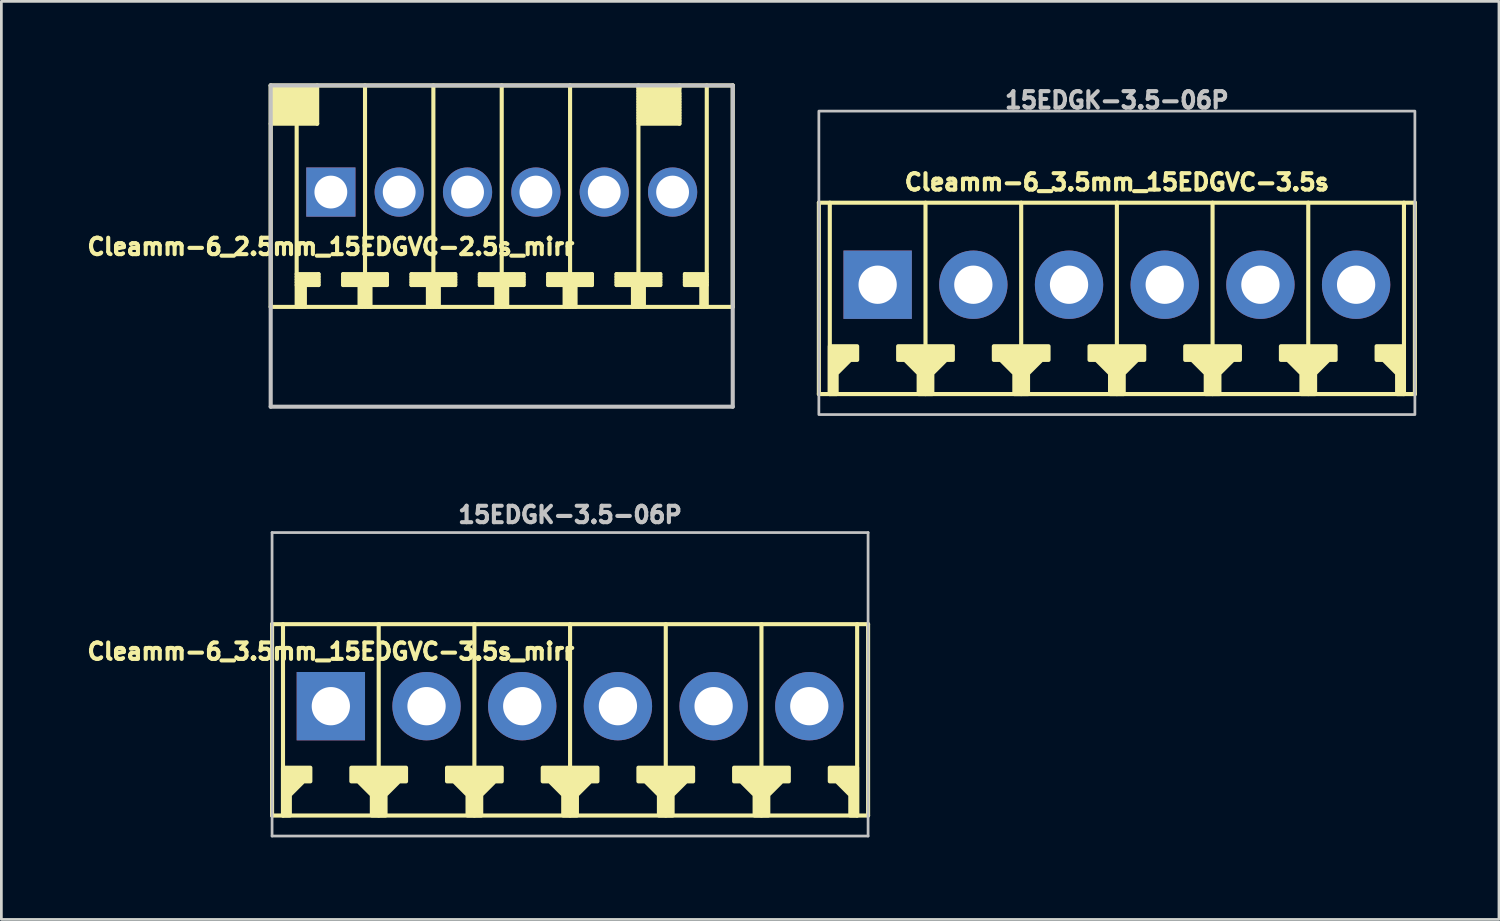
<source format=kicad_pcb>
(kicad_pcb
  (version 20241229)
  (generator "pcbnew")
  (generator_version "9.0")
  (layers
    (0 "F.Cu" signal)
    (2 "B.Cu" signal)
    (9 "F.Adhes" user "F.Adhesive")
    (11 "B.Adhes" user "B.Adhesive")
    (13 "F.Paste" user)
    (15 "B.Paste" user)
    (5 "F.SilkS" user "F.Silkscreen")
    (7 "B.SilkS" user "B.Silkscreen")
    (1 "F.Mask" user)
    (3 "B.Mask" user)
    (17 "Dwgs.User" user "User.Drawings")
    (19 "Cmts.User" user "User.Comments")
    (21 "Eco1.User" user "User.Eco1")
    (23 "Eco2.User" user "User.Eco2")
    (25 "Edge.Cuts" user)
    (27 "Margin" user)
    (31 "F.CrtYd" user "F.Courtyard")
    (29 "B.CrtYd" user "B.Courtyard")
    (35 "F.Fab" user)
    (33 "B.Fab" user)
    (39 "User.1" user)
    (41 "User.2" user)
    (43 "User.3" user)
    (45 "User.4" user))
  (footprint "Cleamm-6_3.5mm_15EDGVC-3.5s_mirr"
    (layer "F.Cu")
    (at 17.801 22.779)
    (property "Reference" "Cleamm-6_3.5mm_15EDGVC-3.5s_mirr" (at -8.75 -2 0) (layer "F.SilkS") (effects (font (size 0.6 0.6) (thickness 0.15))))
    (attr through_hole)
    (fp_line (start -10.9 -3) (end 10.9 -3) (stroke (width 0.15) (type default)) (layer "F.SilkS"))
    (fp_line (start -10.9 4) (end -10.9 -3) (stroke (width 0.15) (type default)) (layer "F.SilkS"))
    (fp_line (start -10.5 -3) (end -10.5 4) (stroke (width 0.15) (type solid)) (layer "F.SilkS"))
    (fp_line (start -7 4) (end -7 -3) (stroke (width 0.15) (type solid)) (layer "F.SilkS"))
    (fp_line (start -3.5 -3) (end -3.5 4) (stroke (width 0.15) (type solid)) (layer "F.SilkS"))
    (fp_line (start 0 -3) (end 0 4) (stroke (width 0.15) (type solid)) (layer "F.SilkS"))
    (fp_line (start 3.5 4) (end 3.5 -3) (stroke (width 0.15) (type solid)) (layer "F.SilkS"))
    (fp_line (start 7 4) (end 7 -3) (stroke (width 0.15) (type solid)) (layer "F.SilkS"))
    (fp_line (start 10.5 4) (end 10.5 -3) (stroke (width 0.15) (type solid)) (layer "F.SilkS"))
    (fp_line (start 10.9 -3) (end 10.9 4) (stroke (width 0.15) (type default)) (layer "F.SilkS"))
    (fp_line (start 10.9 4) (end -10.9 4) (stroke (width 0.15) (type default)) (layer "F.SilkS"))
    (fp_poly (pts (xy -10.5 2.25) (xy -9.5 2.25) (xy -9.5 2.75) (xy -9.75 2.75) (xy -10.25 3.25) (xy -10.25 4) (xy -10.5 4)) (stroke (width 0.15) (type solid)) (fill yes) (layer "F.SilkS"))
    (fp_poly (pts (xy 10.5 2.25) (xy 9.5 2.25) (xy 9.5 2.75) (xy 9.75 2.75) (xy 10.25 3.25) (xy 10.25 4) (xy 10.5 4)) (stroke (width 0.15) (type solid)) (fill yes) (layer "F.SilkS"))
    (fp_poly (pts (xy -6.75 4) (xy -6.75 3.25) (xy -6.25 2.75) (xy -6 2.75) (xy -6 2.25) (xy -8 2.25) (xy -8 2.75) (xy -7.75 2.75) (xy -7.25 3.25) (xy -7.25 4)) (stroke (width 0.15) (type solid)) (fill yes) (layer "F.SilkS"))
    (fp_poly (pts (xy -3.25 4) (xy -3.25 3.25) (xy -2.75 2.75) (xy -2.5 2.75) (xy -2.5 2.25) (xy -4.5 2.25) (xy -4.5 2.75) (xy -4.25 2.75) (xy -3.75 3.25) (xy -3.75 4)) (stroke (width 0.15) (type solid)) (fill yes) (layer "F.SilkS"))
    (fp_poly (pts (xy 0.25 4) (xy 0.25 3.25) (xy 0.75 2.75) (xy 1 2.75) (xy 1 2.25) (xy -1 2.25) (xy -1 2.75) (xy -0.75 2.75) (xy -0.25 3.25) (xy -0.25 4)) (stroke (width 0.15) (type solid)) (fill yes) (layer "F.SilkS"))
    (fp_poly (pts (xy 3.75 4) (xy 3.75 3.25) (xy 4.25 2.75) (xy 4.5 2.75) (xy 4.5 2.25) (xy 2.5 2.25) (xy 2.5 2.75) (xy 2.75 2.75) (xy 3.25 3.25) (xy 3.25 4)) (stroke (width 0.15) (type solid)) (fill yes) (layer "F.SilkS"))
    (fp_poly (pts (xy 7.25 4) (xy 7.25 3.25) (xy 7.75 2.75) (xy 8 2.75) (xy 8 2.25) (xy 6 2.25) (xy 6 2.75) (xy 6.25 2.75) (xy 6.75 3.25) (xy 6.75 4)) (stroke (width 0.15) (type solid)) (fill yes) (layer "F.SilkS"))
    (fp_line (start -10.9 -6.35) (end -10.9 4.75) (stroke (width 0.1) (type default)) (layer "Dwgs.User"))
    (fp_line (start -10.9 4.75) (end 10.9 4.75) (stroke (width 0.1) (type default)) (layer "Dwgs.User"))
    (fp_line (start 10.9 -6.35) (end -10.9 -6.35) (stroke (width 0.1) (type default)) (layer "Dwgs.User"))
    (fp_line (start 10.9 4.75) (end 10.9 -6.35) (stroke (width 0.1) (type default)) (layer "Dwgs.User"))
    (fp_text user "15EDGK-3.5-06P" (at 0 -7 0) (layer "Dwgs.User") (effects (font (size 0.6 0.6) (thickness 0.15))))
    (pad "1" thru_hole rect (at -8.75 0) (size 2.5 2.5) (drill 1.4) (layers "*.Cu" "*.Mask"))
    (pad "2" thru_hole circle (at -5.25 0) (size 2.5 2.5) (drill 1.4) (layers "*.Cu" "*.Mask"))
    (pad "3" thru_hole circle (at -1.75 0) (size 2.5 2.5) (drill 1.4) (layers "*.Cu" "*.Mask"))
    (pad "4" thru_hole circle (at 1.75 0) (size 2.5 2.5) (drill 1.4) (layers "*.Cu" "*.Mask"))
    (pad "5" thru_hole circle (at 5.25 0) (size 2.5 2.5) (drill 1.4) (layers "*.Cu" "*.Mask"))
    (pad "6" thru_hole circle (at 8.75 0) (size 2.5 2.5) (drill 1.4) (layers "*.Cu" "*.Mask")))
  (footprint "Cleamm-6_2.5mm_15EDGVC-2.5s_mirr"
    (layer "F.Cu")
    (at 15.301 3.975)
    (property "Reference" "Cleamm-6_2.5mm_15EDGVC-2.5s_mirr" (at -6.25 2 0) (layer "F.SilkS") (effects (font (size 0.6 0.6) (thickness 0.15))))
    (attr through_hole)
    (fp_line (start -8.45 -3.9) (end -8.45 4.2) (stroke (width 0.15) (type solid)) (layer "F.SilkS"))
    (fp_line (start -8.45 -2.5) (end -6.75 -2.5) (stroke (width 0.15) (type solid)) (layer "F.SilkS"))
    (fp_line (start -8.4 -3.7) (end -6.8 -3.7) (stroke (width 0.15) (type solid)) (layer "F.SilkS"))
    (fp_line (start -8.4 -3.5) (end -6.8 -3.5) (stroke (width 0.15) (type solid)) (layer "F.SilkS"))
    (fp_line (start -8.4 -3.3) (end -6.8 -3.3) (stroke (width 0.15) (type solid)) (layer "F.SilkS"))
    (fp_line (start -8.4 -3.1) (end -6.8 -3.1) (stroke (width 0.15) (type solid)) (layer "F.SilkS"))
    (fp_line (start -8.4 -2.9) (end -6.8 -2.9) (stroke (width 0.15) (type solid)) (layer "F.SilkS"))
    (fp_line (start -8.4 -2.7) (end -6.8 -2.7) (stroke (width 0.15) (type solid)) (layer "F.SilkS"))
    (fp_line (start -7.5 -2.5) (end -7.5 4.2) (stroke (width 0.15) (type solid)) (layer "F.SilkS"))
    (fp_line (start -7.5 3.2) (end -6.7 3.2) (stroke (width 0.15) (type solid)) (layer "F.SilkS"))
    (fp_line (start -7.5 3.3) (end -6.7 3.3) (stroke (width 0.15) (type solid)) (layer "F.SilkS"))
    (fp_line (start -7.5 3.4) (end -6.7 3.4) (stroke (width 0.15) (type solid)) (layer "F.SilkS"))
    (fp_line (start -7.4 4.2) (end -7.4 3.4) (stroke (width 0.15) (type solid)) (layer "F.SilkS"))
    (fp_line (start -7.3 3.4) (end -7.3 4.2) (stroke (width 0.15) (type solid)) (layer "F.SilkS"))
    (fp_line (start -7.2 4.2) (end -7.2 3.4) (stroke (width 0.15) (type solid)) (layer "F.SilkS"))
    (fp_line (start -6.8 -3.8) (end -8.4 -3.8) (stroke (width 0.15) (type solid)) (layer "F.SilkS"))
    (fp_line (start -6.8 -3.6) (end -8.4 -3.6) (stroke (width 0.15) (type solid)) (layer "F.SilkS"))
    (fp_line (start -6.8 -3.4) (end -8.4 -3.4) (stroke (width 0.15) (type solid)) (layer "F.SilkS"))
    (fp_line (start -6.8 -3.2) (end -8.4 -3.2) (stroke (width 0.15) (type solid)) (layer "F.SilkS"))
    (fp_line (start -6.8 -3) (end -8.4 -3) (stroke (width 0.15) (type solid)) (layer "F.SilkS"))
    (fp_line (start -6.8 -2.8) (end -8.4 -2.8) (stroke (width 0.15) (type solid)) (layer "F.SilkS"))
    (fp_line (start -6.8 -2.6) (end -8.4 -2.6) (stroke (width 0.15) (type solid)) (layer "F.SilkS"))
    (fp_line (start -6.75 -2.5) (end -6.75 -3.9) (stroke (width 0.15) (type solid)) (layer "F.SilkS"))
    (fp_line (start -6.7 3) (end -7.5 3) (stroke (width 0.15) (type solid)) (layer "F.SilkS"))
    (fp_line (start -6.7 3.1) (end -7.5 3.1) (stroke (width 0.15) (type solid)) (layer "F.SilkS"))
    (fp_line (start -6.7 3.4) (end -6.7 3) (stroke (width 0.15) (type solid)) (layer "F.SilkS"))
    (fp_line (start -5.8 3) (end -5.8 3.4) (stroke (width 0.15) (type solid)) (layer "F.SilkS"))
    (fp_line (start -5.8 3.2) (end -4.2 3.2) (stroke (width 0.15) (type solid)) (layer "F.SilkS"))
    (fp_line (start -5.8 3.4) (end -5.2 3.4) (stroke (width 0.15) (type solid)) (layer "F.SilkS"))
    (fp_line (start -5.2 4.2) (end -5.2 3.4) (stroke (width 0.15) (type solid)) (layer "F.SilkS"))
    (fp_line (start -5.1 4.2) (end -5.1 3.4) (stroke (width 0.15) (type solid)) (layer "F.SilkS"))
    (fp_line (start -5 4.2) (end -5 -3.9) (stroke (width 0.15) (type solid)) (layer "F.SilkS"))
    (fp_line (start -4.9 4.2) (end -4.9 3.4) (stroke (width 0.15) (type solid)) (layer "F.SilkS"))
    (fp_line (start -4.8 3.4) (end -4.2 3.4) (stroke (width 0.15) (type solid)) (layer "F.SilkS"))
    (fp_line (start -4.8 4.2) (end -4.8 3.4) (stroke (width 0.15) (type solid)) (layer "F.SilkS"))
    (fp_line (start -4.2 3) (end -5.8 3) (stroke (width 0.15) (type solid)) (layer "F.SilkS"))
    (fp_line (start -4.2 3.1) (end -5.8 3.1) (stroke (width 0.15) (type solid)) (layer "F.SilkS"))
    (fp_line (start -4.2 3.3) (end -5.8 3.3) (stroke (width 0.15) (type solid)) (layer "F.SilkS"))
    (fp_line (start -4.2 3.4) (end -4.2 3) (stroke (width 0.15) (type solid)) (layer "F.SilkS"))
    (fp_line (start -3.3 3) (end -3.3 3.4) (stroke (width 0.15) (type solid)) (layer "F.SilkS"))
    (fp_line (start -3.3 3.2) (end -1.7 3.2) (stroke (width 0.15) (type solid)) (layer "F.SilkS"))
    (fp_line (start -3.3 3.4) (end -2.7 3.4) (stroke (width 0.15) (type solid)) (layer "F.SilkS"))
    (fp_line (start -2.7 4.2) (end -2.7 3.4) (stroke (width 0.15) (type solid)) (layer "F.SilkS"))
    (fp_line (start -2.6 4.2) (end -2.6 3.4) (stroke (width 0.15) (type solid)) (layer "F.SilkS"))
    (fp_line (start -2.5 -3.9) (end -2.5 4.2) (stroke (width 0.15) (type solid)) (layer "F.SilkS"))
    (fp_line (start -2.4 4.2) (end -2.4 3.4) (stroke (width 0.15) (type solid)) (layer "F.SilkS"))
    (fp_line (start -2.3 3.4) (end -1.7 3.4) (stroke (width 0.15) (type solid)) (layer "F.SilkS"))
    (fp_line (start -2.3 4.2) (end -2.3 3.4) (stroke (width 0.15) (type solid)) (layer "F.SilkS"))
    (fp_line (start -1.7 3) (end -3.3 3) (stroke (width 0.15) (type solid)) (layer "F.SilkS"))
    (fp_line (start -1.7 3.1) (end -3.3 3.1) (stroke (width 0.15) (type solid)) (layer "F.SilkS"))
    (fp_line (start -1.7 3.3) (end -3.3 3.3) (stroke (width 0.15) (type solid)) (layer "F.SilkS"))
    (fp_line (start -1.7 3.4) (end -1.7 3) (stroke (width 0.15) (type solid)) (layer "F.SilkS"))
    (fp_line (start -0.8 3) (end -0.8 3.4) (stroke (width 0.15) (type solid)) (layer "F.SilkS"))
    (fp_line (start -0.8 3.2) (end 0.8 3.2) (stroke (width 0.15) (type solid)) (layer "F.SilkS"))
    (fp_line (start -0.8 3.4) (end -0.2 3.4) (stroke (width 0.15) (type solid)) (layer "F.SilkS"))
    (fp_line (start -0.2 4.2) (end -0.2 3.4) (stroke (width 0.15) (type solid)) (layer "F.SilkS"))
    (fp_line (start -0.1 4.2) (end -0.1 3.4) (stroke (width 0.15) (type solid)) (layer "F.SilkS"))
    (fp_line (start 0 -3.9) (end 0 4.2) (stroke (width 0.15) (type solid)) (layer "F.SilkS"))
    (fp_line (start 0.1 4.2) (end 0.1 3.4) (stroke (width 0.15) (type solid)) (layer "F.SilkS"))
    (fp_line (start 0.2 3.4) (end 0.8 3.4) (stroke (width 0.15) (type solid)) (layer "F.SilkS"))
    (fp_line (start 0.2 4.2) (end 0.2 3.4) (stroke (width 0.15) (type solid)) (layer "F.SilkS"))
    (fp_line (start 0.8 3) (end -0.8 3) (stroke (width 0.15) (type solid)) (layer "F.SilkS"))
    (fp_line (start 0.8 3.1) (end -0.8 3.1) (stroke (width 0.15) (type solid)) (layer "F.SilkS"))
    (fp_line (start 0.8 3.3) (end -0.8 3.3) (stroke (width 0.15) (type solid)) (layer "F.SilkS"))
    (fp_line (start 0.8 3.4) (end 0.8 3) (stroke (width 0.15) (type solid)) (layer "F.SilkS"))
    (fp_line (start 1.7 3) (end 1.7 3.4) (stroke (width 0.15) (type solid)) (layer "F.SilkS"))
    (fp_line (start 1.7 3.2) (end 3.3 3.2) (stroke (width 0.15) (type solid)) (layer "F.SilkS"))
    (fp_line (start 1.7 3.4) (end 2.3 3.4) (stroke (width 0.15) (type solid)) (layer "F.SilkS"))
    (fp_line (start 2.3 4.2) (end 2.3 3.4) (stroke (width 0.15) (type solid)) (layer "F.SilkS"))
    (fp_line (start 2.4 4.2) (end 2.4 3.4) (stroke (width 0.15) (type solid)) (layer "F.SilkS"))
    (fp_line (start 2.5 4.2) (end 2.5 -3.9) (stroke (width 0.15) (type solid)) (layer "F.SilkS"))
    (fp_line (start 2.6 4.2) (end 2.6 3.4) (stroke (width 0.15) (type solid)) (layer "F.SilkS"))
    (fp_line (start 2.7 3.4) (end 3.3 3.4) (stroke (width 0.15) (type solid)) (layer "F.SilkS"))
    (fp_line (start 2.7 4.2) (end 2.7 3.4) (stroke (width 0.15) (type solid)) (layer "F.SilkS"))
    (fp_line (start 3.3 3) (end 1.7 3) (stroke (width 0.15) (type solid)) (layer "F.SilkS"))
    (fp_line (start 3.3 3.1) (end 1.7 3.1) (stroke (width 0.15) (type solid)) (layer "F.SilkS"))
    (fp_line (start 3.3 3.3) (end 1.7 3.3) (stroke (width 0.15) (type solid)) (layer "F.SilkS"))
    (fp_line (start 3.3 3.4) (end 3.3 3) (stroke (width 0.15) (type solid)) (layer "F.SilkS"))
    (fp_line (start 4.2 3) (end 4.2 3.4) (stroke (width 0.15) (type solid)) (layer "F.SilkS"))
    (fp_line (start 4.2 3.2) (end 5.8 3.2) (stroke (width 0.15) (type solid)) (layer "F.SilkS"))
    (fp_line (start 4.2 3.4) (end 4.8 3.4) (stroke (width 0.15) (type solid)) (layer "F.SilkS"))
    (fp_line (start 4.8 4.2) (end 4.8 3.4) (stroke (width 0.15) (type solid)) (layer "F.SilkS"))
    (fp_line (start 4.9 4.2) (end 4.9 3.4) (stroke (width 0.15) (type solid)) (layer "F.SilkS"))
    (fp_line (start 5 -3.6) (end 6.5 -3.6) (stroke (width 0.15) (type solid)) (layer "F.SilkS"))
    (fp_line (start 5 -3.4) (end 6.5 -3.4) (stroke (width 0.15) (type solid)) (layer "F.SilkS"))
    (fp_line (start 5 -3.2) (end 6.5 -3.2) (stroke (width 0.15) (type solid)) (layer "F.SilkS"))
    (fp_line (start 5 -3) (end 6.5 -3) (stroke (width 0.15) (type solid)) (layer "F.SilkS"))
    (fp_line (start 5 -2.8) (end 6.5 -2.8) (stroke (width 0.15) (type solid)) (layer "F.SilkS"))
    (fp_line (start 5 -2.6) (end 6.5 -2.6) (stroke (width 0.15) (type solid)) (layer "F.SilkS"))
    (fp_line (start 5 4.2) (end 5 -3.9) (stroke (width 0.15) (type solid)) (layer "F.SilkS"))
    (fp_line (start 5.1 4.2) (end 5.1 3.4) (stroke (width 0.15) (type solid)) (layer "F.SilkS"))
    (fp_line (start 5.2 3.4) (end 5.8 3.4) (stroke (width 0.15) (type solid)) (layer "F.SilkS"))
    (fp_line (start 5.2 4.2) (end 5.2 3.4) (stroke (width 0.15) (type solid)) (layer "F.SilkS"))
    (fp_line (start 5.8 3) (end 4.2 3) (stroke (width 0.15) (type solid)) (layer "F.SilkS"))
    (fp_line (start 5.8 3.1) (end 4.2 3.1) (stroke (width 0.15) (type solid)) (layer "F.SilkS"))
    (fp_line (start 5.8 3.3) (end 4.2 3.3) (stroke (width 0.15) (type solid)) (layer "F.SilkS"))
    (fp_line (start 5.8 3.4) (end 5.8 3) (stroke (width 0.15) (type solid)) (layer "F.SilkS"))
    (fp_line (start 6.4 -3.7) (end 5 -3.7) (stroke (width 0.15) (type solid)) (layer "F.SilkS"))
    (fp_line (start 6.5 -3.8) (end 5 -3.8) (stroke (width 0.15) (type solid)) (layer "F.SilkS"))
    (fp_line (start 6.5 -3.5) (end 5 -3.5) (stroke (width 0.15) (type solid)) (layer "F.SilkS"))
    (fp_line (start 6.5 -3.3) (end 5 -3.3) (stroke (width 0.15) (type solid)) (layer "F.SilkS"))
    (fp_line (start 6.5 -3.1) (end 5 -3.1) (stroke (width 0.15) (type solid)) (layer "F.SilkS"))
    (fp_line (start 6.5 -2.9) (end 5 -2.9) (stroke (width 0.15) (type solid)) (layer "F.SilkS"))
    (fp_line (start 6.5 -2.7) (end 5 -2.7) (stroke (width 0.15) (type solid)) (layer "F.SilkS"))
    (fp_line (start 6.5 -2.5) (end 5 -2.5) (stroke (width 0.15) (type solid)) (layer "F.SilkS"))
    (fp_line (start 6.5 -2.5) (end 6.5 -3.9) (stroke (width 0.15) (type solid)) (layer "F.SilkS"))
    (fp_line (start 6.7 3) (end 7.5 3) (stroke (width 0.15) (type solid)) (layer "F.SilkS"))
    (fp_line (start 6.7 3.1) (end 7.5 3.1) (stroke (width 0.15) (type solid)) (layer "F.SilkS"))
    (fp_line (start 6.7 3.4) (end 6.7 3) (stroke (width 0.15) (type solid)) (layer "F.SilkS"))
    (fp_line (start 7.3 4.2) (end 7.3 3.4) (stroke (width 0.15) (type solid)) (layer "F.SilkS"))
    (fp_line (start 7.4 4.2) (end 7.4 3.4) (stroke (width 0.15) (type solid)) (layer "F.SilkS"))
    (fp_line (start 7.5 3.2) (end 6.7 3.2) (stroke (width 0.15) (type solid)) (layer "F.SilkS"))
    (fp_line (start 7.5 3.3) (end 6.7 3.3) (stroke (width 0.15) (type solid)) (layer "F.SilkS"))
    (fp_line (start 7.5 3.4) (end 6.7 3.4) (stroke (width 0.15) (type solid)) (layer "F.SilkS"))
    (fp_line (start 7.5 4.2) (end 7.5 -3.9) (stroke (width 0.15) (type solid)) (layer "F.SilkS"))
    (fp_line (start 8.45 -3.9) (end -8.45 -3.9) (stroke (width 0.15) (type solid)) (layer "F.SilkS"))
    (fp_line (start 8.45 -3.9) (end 8.45 4.2) (stroke (width 0.15) (type solid)) (layer "F.SilkS"))
    (fp_line (start 8.45 4.2) (end -8.45 4.2) (stroke (width 0.15) (type solid)) (layer "F.SilkS"))
    (fp_line (start -8.45 -3.9) (end -8.45 7.85) (stroke (width 0.15) (type solid)) (layer "Dwgs.User"))
    (fp_line (start -8.45 -3.9) (end 8.45 -3.9) (stroke (width 0.15) (type solid)) (layer "Dwgs.User"))
    (fp_line (start 8.45 7.85) (end -8.45 7.85) (stroke (width 0.15) (type solid)) (layer "Dwgs.User"))
    (fp_line (start 8.45 7.85) (end 8.45 -3.9) (stroke (width 0.15) (type solid)) (layer "Dwgs.User"))
    (pad "1" thru_hole rect (at -6.25 0) (size 1.8 1.8) (drill 1.2) (layers "*.Cu" "*.Mask"))
    (pad "2" thru_hole circle (at -3.75 0) (size 1.8 1.8) (drill 1.2) (layers "*.Cu" "*.Mask"))
    (pad "3" thru_hole circle (at -1.25 0) (size 1.8 1.8) (drill 1.2) (layers "*.Cu" "*.Mask"))
    (pad "4" thru_hole circle (at 1.25 0) (size 1.8 1.8) (drill 1.2) (layers "*.Cu" "*.Mask"))
    (pad "5" thru_hole circle (at 3.75 0) (size 1.8 1.8) (drill 1.2) (layers "*.Cu" "*.Mask"))
    (pad "6" thru_hole circle (at 6.25 0) (size 1.8 1.8) (drill 1.2) (layers "*.Cu" "*.Mask")))
  (footprint "Cleamm-6_3.5mm_15EDGVC-3.5s"
    (layer "F.Cu")
    (at 37.801 7.364)
    (property "Reference" "Cleamm-6_3.5mm_15EDGVC-3.5s" (at 0 -3.75 0) (layer "F.SilkS") (effects (font (size 0.6 0.6) (thickness 0.15))))
    (attr through_hole)
    (fp_line (start -10.9 -3) (end 10.9 -3) (stroke (width 0.15) (type default)) (layer "F.SilkS"))
    (fp_line (start -10.9 4) (end -10.9 -3) (stroke (width 0.15) (type default)) (layer "F.SilkS"))
    (fp_line (start -10.5 -3) (end -10.5 4) (stroke (width 0.15) (type solid)) (layer "F.SilkS"))
    (fp_line (start -7 4) (end -7 -3) (stroke (width 0.15) (type solid)) (layer "F.SilkS"))
    (fp_line (start -3.5 -3) (end -3.5 4) (stroke (width 0.15) (type solid)) (layer "F.SilkS"))
    (fp_line (start 0 -3) (end 0 4) (stroke (width 0.15) (type solid)) (layer "F.SilkS"))
    (fp_line (start 3.5 4) (end 3.5 -3) (stroke (width 0.15) (type solid)) (layer "F.SilkS"))
    (fp_line (start 7 4) (end 7 -3) (stroke (width 0.15) (type solid)) (layer "F.SilkS"))
    (fp_line (start 10.5 4) (end 10.5 -3) (stroke (width 0.15) (type solid)) (layer "F.SilkS"))
    (fp_line (start 10.9 -3) (end 10.9 4) (stroke (width 0.15) (type default)) (layer "F.SilkS"))
    (fp_line (start 10.9 4) (end -10.9 4) (stroke (width 0.15) (type default)) (layer "F.SilkS"))
    (fp_poly (pts (xy -10.5 2.25) (xy -9.5 2.25) (xy -9.5 2.75) (xy -9.75 2.75) (xy -10.25 3.25) (xy -10.25 4) (xy -10.5 4)) (stroke (width 0.15) (type solid)) (fill yes) (layer "F.SilkS"))
    (fp_poly (pts (xy 10.5 2.25) (xy 9.5 2.25) (xy 9.5 2.75) (xy 9.75 2.75) (xy 10.25 3.25) (xy 10.25 4) (xy 10.5 4)) (stroke (width 0.15) (type solid)) (fill yes) (layer "F.SilkS"))
    (fp_poly (pts (xy -6.75 4) (xy -6.75 3.25) (xy -6.25 2.75) (xy -6 2.75) (xy -6 2.25) (xy -8 2.25) (xy -8 2.75) (xy -7.75 2.75) (xy -7.25 3.25) (xy -7.25 4)) (stroke (width 0.15) (type solid)) (fill yes) (layer "F.SilkS"))
    (fp_poly (pts (xy -3.25 4) (xy -3.25 3.25) (xy -2.75 2.75) (xy -2.5 2.75) (xy -2.5 2.25) (xy -4.5 2.25) (xy -4.5 2.75) (xy -4.25 2.75) (xy -3.75 3.25) (xy -3.75 4)) (stroke (width 0.15) (type solid)) (fill yes) (layer "F.SilkS"))
    (fp_poly (pts (xy 0.25 4) (xy 0.25 3.25) (xy 0.75 2.75) (xy 1 2.75) (xy 1 2.25) (xy -1 2.25) (xy -1 2.75) (xy -0.75 2.75) (xy -0.25 3.25) (xy -0.25 4)) (stroke (width 0.15) (type solid)) (fill yes) (layer "F.SilkS"))
    (fp_poly (pts (xy 3.75 4) (xy 3.75 3.25) (xy 4.25 2.75) (xy 4.5 2.75) (xy 4.5 2.25) (xy 2.5 2.25) (xy 2.5 2.75) (xy 2.75 2.75) (xy 3.25 3.25) (xy 3.25 4)) (stroke (width 0.15) (type solid)) (fill yes) (layer "F.SilkS"))
    (fp_poly (pts (xy 7.25 4) (xy 7.25 3.25) (xy 7.75 2.75) (xy 8 2.75) (xy 8 2.25) (xy 6 2.25) (xy 6 2.75) (xy 6.25 2.75) (xy 6.75 3.25) (xy 6.75 4)) (stroke (width 0.15) (type solid)) (fill yes) (layer "F.SilkS"))
    (fp_rect (start 10.9 -6.35) (end -10.9 4.75) (stroke (width 0.1) (type default)) (fill no) (layer "Dwgs.User"))
    (fp_text user "15EDGK-3.5-06P" (at 0 -6.75 0) (layer "Dwgs.User") (effects (font (size 0.6 0.6) (thickness 0.15))))
    (pad "1" thru_hole rect (at -8.75 0) (size 2.5 2.5) (drill 1.4) (layers "*.Cu" "*.Mask"))
    (pad "2" thru_hole circle (at -5.25 0) (size 2.5 2.5) (drill 1.4) (layers "*.Cu" "*.Mask"))
    (pad "3" thru_hole circle (at -1.75 0) (size 2.5 2.5) (drill 1.4) (layers "*.Cu" "*.Mask"))
    (pad "4" thru_hole circle (at 1.75 0) (size 2.5 2.5) (drill 1.4) (layers "*.Cu" "*.Mask"))
    (pad "5" thru_hole circle (at 5.25 0) (size 2.5 2.5) (drill 1.4) (layers "*.Cu" "*.Mask"))
    (pad "6" thru_hole circle (at 8.75 0) (size 2.5 2.5) (drill 1.4) (layers "*.Cu" "*.Mask")))
  (gr_rect
    (start -3 -3)
    (end 51.776 30.578)
    (stroke (width 0.1) (type default))
    (fill no)
    (layer "Edge.Cuts")))
</source>
